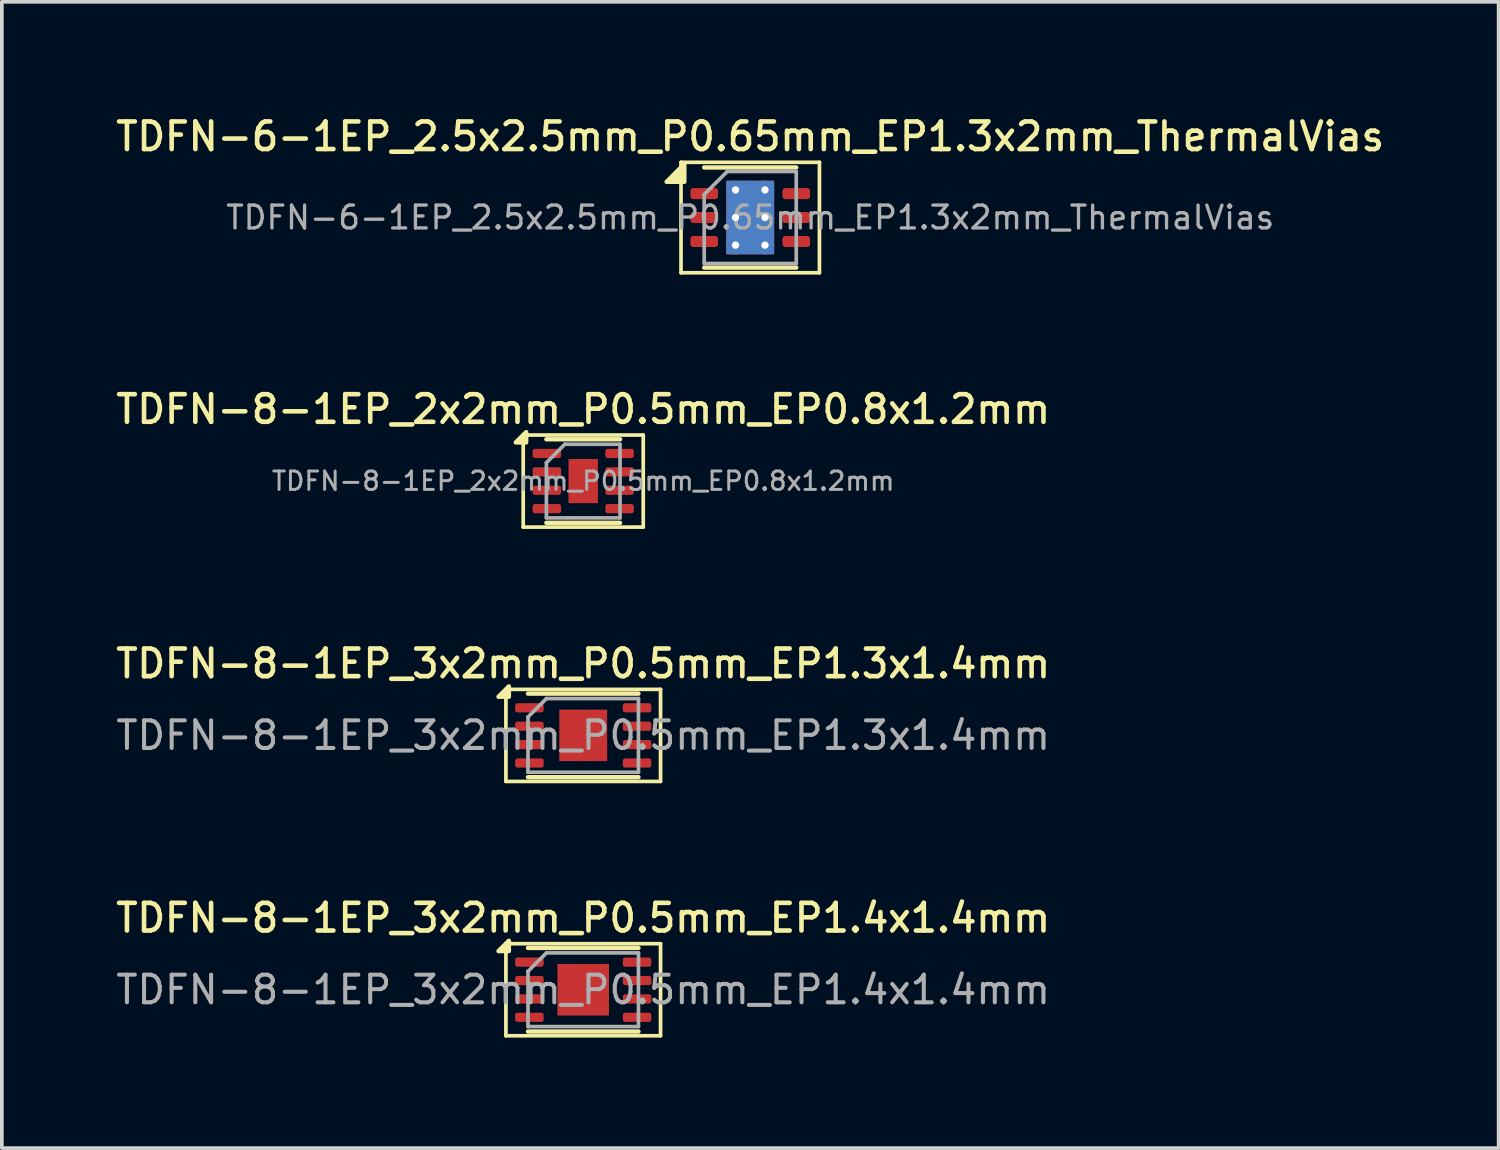
<source format=kicad_pcb>
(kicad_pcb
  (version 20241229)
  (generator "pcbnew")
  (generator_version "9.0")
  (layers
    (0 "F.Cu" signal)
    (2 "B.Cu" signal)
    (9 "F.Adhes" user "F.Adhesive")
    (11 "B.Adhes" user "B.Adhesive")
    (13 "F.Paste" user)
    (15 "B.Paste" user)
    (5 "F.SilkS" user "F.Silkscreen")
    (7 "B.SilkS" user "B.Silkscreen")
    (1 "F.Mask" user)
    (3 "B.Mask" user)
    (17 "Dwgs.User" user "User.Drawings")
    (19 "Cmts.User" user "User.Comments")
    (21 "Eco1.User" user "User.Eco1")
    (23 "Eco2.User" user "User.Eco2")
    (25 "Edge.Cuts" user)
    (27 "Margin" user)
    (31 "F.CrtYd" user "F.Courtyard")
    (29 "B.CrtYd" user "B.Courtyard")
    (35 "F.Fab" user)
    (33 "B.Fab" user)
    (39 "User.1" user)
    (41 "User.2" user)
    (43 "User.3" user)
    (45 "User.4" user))
  (footprint "TDFN-8-1EP_2x2mm_P0.5mm_EP0.8x1.2mm"
    (layer "F.Cu")
    (at 12.791 10.016)
    (property "Reference" "TDFN-8-1EP_2x2mm_P0.5mm_EP0.8x1.2mm" (at 0 -1.95 0) (layer "F.SilkS") (effects (font (size 0.75 0.75) (thickness 0.125))))
    (attr smd)
    (fp_line (start -1.63 -1.25) (end -1.63 1.25) (stroke (width 0.1) (type solid)) (layer "F.SilkS"))
    (fp_line (start -1.63 1.25) (end 1.63 1.25) (stroke (width 0.1) (type solid)) (layer "F.SilkS"))
    (fp_line (start -1 -1.135) (end 1 -1.135) (stroke (width 0.12) (type solid)) (layer "F.SilkS"))
    (fp_line (start -1 1.135) (end 1 1.135) (stroke (width 0.12) (type solid)) (layer "F.SilkS"))
    (fp_line (start 1.63 -1.25) (end -1.63 -1.25) (stroke (width 0.1) (type solid)) (layer "F.SilkS"))
    (fp_line (start 1.63 1.25) (end 1.63 -1.25) (stroke (width 0.1) (type solid)) (layer "F.SilkS"))
    (fp_poly (pts (xy -1.55 -1.05) (xy -1.83 -1.05) (xy -1.55 -1.33) (xy -1.55 -1.05)) (stroke (width 0.12) (type solid)) (fill yes) (layer "F.SilkS"))
    (fp_line (start -1 -0.5) (end -0.5 -1) (stroke (width 0.1) (type solid)) (layer "F.Fab"))
    (fp_line (start -1 1) (end -1 -0.5) (stroke (width 0.1) (type solid)) (layer "F.Fab"))
    (fp_line (start -0.5 -1) (end 1 -1) (stroke (width 0.1) (type solid)) (layer "F.Fab"))
    (fp_line (start 1 -1) (end 1 1) (stroke (width 0.1) (type solid)) (layer "F.Fab"))
    (fp_line (start 1 1) (end -1 1) (stroke (width 0.1) (type solid)) (layer "F.Fab"))
    (fp_text user "${REFERENCE}" (at 0 0 0) (layer "F.Fab") (effects (font (size 0.5 0.5) (thickness 0.08))))
    (pad "" smd roundrect (at -0.2 -0.3) (size 0.32 0.48) (layers "F.Paste") (roundrect_rratio 0.25))
    (pad "" smd roundrect (at -0.2 0.3) (size 0.32 0.48) (layers "F.Paste") (roundrect_rratio 0.25))
    (pad "" smd roundrect (at 0.2 -0.3) (size 0.32 0.48) (layers "F.Paste") (roundrect_rratio 0.25))
    (pad "" smd roundrect (at 0.2 0.3) (size 0.32 0.48) (layers "F.Paste") (roundrect_rratio 0.25))
    (pad "1" smd roundrect (at -0.988 -0.75) (size 0.775 0.25) (layers "F.Cu" "F.Mask" "F.Paste") (roundrect_rratio 0.25))
    (pad "2" smd roundrect (at -0.988 -0.25) (size 0.775 0.25) (layers "F.Cu" "F.Mask" "F.Paste") (roundrect_rratio 0.25))
    (pad "3" smd roundrect (at -0.988 0.25) (size 0.775 0.25) (layers "F.Cu" "F.Mask" "F.Paste") (roundrect_rratio 0.25))
    (pad "4" smd roundrect (at -0.988 0.75) (size 0.775 0.25) (layers "F.Cu" "F.Mask" "F.Paste") (roundrect_rratio 0.25))
    (pad "5" smd roundrect (at 0.988 0.75) (size 0.775 0.25) (layers "F.Cu" "F.Mask" "F.Paste") (roundrect_rratio 0.25))
    (pad "6" smd roundrect (at 0.988 0.25) (size 0.775 0.25) (layers "F.Cu" "F.Mask" "F.Paste") (roundrect_rratio 0.25))
    (pad "7" smd roundrect (at 0.988 -0.25) (size 0.775 0.25) (layers "F.Cu" "F.Mask" "F.Paste") (roundrect_rratio 0.25))
    (pad "8" smd roundrect (at 0.988 -0.75) (size 0.775 0.25) (layers "F.Cu" "F.Mask" "F.Paste") (roundrect_rratio 0.25))
    (pad "9" smd rect (at 0 0) (size 0.8 1.2) (property pad_prop_heatsink) (layers "F.Cu" "F.Mask")))
  (footprint "TDFN-8-1EP_3x2mm_P0.5mm_EP1.3x1.4mm"
    (layer "F.Cu")
    (at 12.791 16.924)
    (property "Reference" "TDFN-8-1EP_3x2mm_P0.5mm_EP1.3x1.4mm" (at 0 -1.95 0) (layer "F.SilkS") (effects (font (size 0.75 0.75) (thickness 0.125))))
    (attr smd)
    (fp_line (start -2.1 -1.25) (end -2.1 1.25) (stroke (width 0.1) (type solid)) (layer "F.SilkS"))
    (fp_line (start -2.1 1.25) (end 2.1 1.25) (stroke (width 0.1) (type solid)) (layer "F.SilkS"))
    (fp_line (start -1.5 -1.135) (end 1.5 -1.135) (stroke (width 0.12) (type solid)) (layer "F.SilkS"))
    (fp_line (start -1.5 1.135) (end 1.5 1.135) (stroke (width 0.12) (type solid)) (layer "F.SilkS"))
    (fp_line (start 2.1 -1.25) (end -2.1 -1.25) (stroke (width 0.1) (type solid)) (layer "F.SilkS"))
    (fp_line (start 2.1 1.25) (end 2.1 -1.25) (stroke (width 0.1) (type solid)) (layer "F.SilkS"))
    (fp_poly (pts (xy -2.02 -1.05) (xy -2.3 -1.05) (xy -2.02 -1.33) (xy -2.02 -1.05)) (stroke (width 0.12) (type solid)) (fill yes) (layer "F.SilkS"))
    (fp_line (start -1.5 -0.5) (end -1 -1) (stroke (width 0.1) (type solid)) (layer "F.Fab"))
    (fp_line (start -1.5 1) (end -1.5 -0.5) (stroke (width 0.1) (type solid)) (layer "F.Fab"))
    (fp_line (start -1 -1) (end 1.5 -1) (stroke (width 0.1) (type solid)) (layer "F.Fab"))
    (fp_line (start 1.5 -1) (end 1.5 1) (stroke (width 0.1) (type solid)) (layer "F.Fab"))
    (fp_line (start 1.5 1) (end -1.5 1) (stroke (width 0.1) (type solid)) (layer "F.Fab"))
    (fp_text user "${REFERENCE}" (at 0 0 0) (layer "F.Fab") (effects (font (size 0.75 0.75) (thickness 0.11))))
    (pad "" smd roundrect (at -0.325 -0.35) (size 0.52 0.56) (layers "F.Paste") (roundrect_rratio 0.25))
    (pad "" smd roundrect (at -0.325 0.35) (size 0.52 0.56) (layers "F.Paste") (roundrect_rratio 0.25))
    (pad "" smd roundrect (at 0.325 -0.35) (size 0.52 0.56) (layers "F.Paste") (roundrect_rratio 0.25))
    (pad "" smd roundrect (at 0.325 0.35) (size 0.52 0.56) (layers "F.Paste") (roundrect_rratio 0.25))
    (pad "1" smd roundrect (at -1.462 -0.75) (size 0.775 0.25) (layers "F.Cu" "F.Mask" "F.Paste") (roundrect_rratio 0.25))
    (pad "2" smd roundrect (at -1.462 -0.25) (size 0.775 0.25) (layers "F.Cu" "F.Mask" "F.Paste") (roundrect_rratio 0.25))
    (pad "3" smd roundrect (at -1.462 0.25) (size 0.775 0.25) (layers "F.Cu" "F.Mask" "F.Paste") (roundrect_rratio 0.25))
    (pad "4" smd roundrect (at -1.462 0.75) (size 0.775 0.25) (layers "F.Cu" "F.Mask" "F.Paste") (roundrect_rratio 0.25))
    (pad "5" smd roundrect (at 1.462 0.75) (size 0.775 0.25) (layers "F.Cu" "F.Mask" "F.Paste") (roundrect_rratio 0.25))
    (pad "6" smd roundrect (at 1.462 0.25) (size 0.775 0.25) (layers "F.Cu" "F.Mask" "F.Paste") (roundrect_rratio 0.25))
    (pad "7" smd roundrect (at 1.462 -0.25) (size 0.775 0.25) (layers "F.Cu" "F.Mask" "F.Paste") (roundrect_rratio 0.25))
    (pad "8" smd roundrect (at 1.462 -0.75) (size 0.775 0.25) (layers "F.Cu" "F.Mask" "F.Paste") (roundrect_rratio 0.25))
    (pad "9" smd rect (at 0 0) (size 1.3 1.4) (property pad_prop_heatsink) (layers "F.Cu" "F.Mask")))
  (footprint "TDFN-8-1EP_3x2mm_P0.5mm_EP1.4x1.4mm"
    (layer "F.Cu")
    (at 12.791 23.832)
    (property "Reference" "TDFN-8-1EP_3x2mm_P0.5mm_EP1.4x1.4mm" (at 0 -1.95 0) (layer "F.SilkS") (effects (font (size 0.75 0.75) (thickness 0.125))))
    (attr smd)
    (fp_line (start -2.1 -1.25) (end -2.1 1.25) (stroke (width 0.1) (type solid)) (layer "F.SilkS"))
    (fp_line (start -2.1 1.25) (end 2.1 1.25) (stroke (width 0.1) (type solid)) (layer "F.SilkS"))
    (fp_line (start -1.5 -1.135) (end 1.5 -1.135) (stroke (width 0.12) (type solid)) (layer "F.SilkS"))
    (fp_line (start -1.5 1.135) (end 1.5 1.135) (stroke (width 0.12) (type solid)) (layer "F.SilkS"))
    (fp_line (start 2.1 -1.25) (end -2.1 -1.25) (stroke (width 0.1) (type solid)) (layer "F.SilkS"))
    (fp_line (start 2.1 1.25) (end 2.1 -1.25) (stroke (width 0.1) (type solid)) (layer "F.SilkS"))
    (fp_poly (pts (xy -2.02 -1.05) (xy -2.3 -1.05) (xy -2.02 -1.33) (xy -2.02 -1.05)) (stroke (width 0.12) (type solid)) (fill yes) (layer "F.SilkS"))
    (fp_line (start -1.5 -0.5) (end -1 -1) (stroke (width 0.1) (type solid)) (layer "F.Fab"))
    (fp_line (start -1.5 1) (end -1.5 -0.5) (stroke (width 0.1) (type solid)) (layer "F.Fab"))
    (fp_line (start -1 -1) (end 1.5 -1) (stroke (width 0.1) (type solid)) (layer "F.Fab"))
    (fp_line (start 1.5 -1) (end 1.5 1) (stroke (width 0.1) (type solid)) (layer "F.Fab"))
    (fp_line (start 1.5 1) (end -1.5 1) (stroke (width 0.1) (type solid)) (layer "F.Fab"))
    (fp_text user "${REFERENCE}" (at 0 0 0) (layer "F.Fab") (effects (font (size 0.75 0.75) (thickness 0.11))))
    (pad "" smd roundrect (at -0.35 -0.35) (size 0.56 0.56) (layers "F.Paste") (roundrect_rratio 0.25))
    (pad "" smd roundrect (at -0.35 0.35) (size 0.56 0.56) (layers "F.Paste") (roundrect_rratio 0.25))
    (pad "" smd roundrect (at 0.35 -0.35) (size 0.56 0.56) (layers "F.Paste") (roundrect_rratio 0.25))
    (pad "" smd roundrect (at 0.35 0.35) (size 0.56 0.56) (layers "F.Paste") (roundrect_rratio 0.25))
    (pad "1" smd roundrect (at -1.462 -0.75) (size 0.775 0.25) (layers "F.Cu" "F.Mask" "F.Paste") (roundrect_rratio 0.25))
    (pad "2" smd roundrect (at -1.462 -0.25) (size 0.775 0.25) (layers "F.Cu" "F.Mask" "F.Paste") (roundrect_rratio 0.25))
    (pad "3" smd roundrect (at -1.462 0.25) (size 0.775 0.25) (layers "F.Cu" "F.Mask" "F.Paste") (roundrect_rratio 0.25))
    (pad "4" smd roundrect (at -1.462 0.75) (size 0.775 0.25) (layers "F.Cu" "F.Mask" "F.Paste") (roundrect_rratio 0.25))
    (pad "5" smd roundrect (at 1.462 0.75) (size 0.775 0.25) (layers "F.Cu" "F.Mask" "F.Paste") (roundrect_rratio 0.25))
    (pad "6" smd roundrect (at 1.462 0.25) (size 0.775 0.25) (layers "F.Cu" "F.Mask" "F.Paste") (roundrect_rratio 0.25))
    (pad "7" smd roundrect (at 1.462 -0.25) (size 0.775 0.25) (layers "F.Cu" "F.Mask" "F.Paste") (roundrect_rratio 0.25))
    (pad "8" smd roundrect (at 1.462 -0.75) (size 0.775 0.25) (layers "F.Cu" "F.Mask" "F.Paste") (roundrect_rratio 0.25))
    (pad "9" smd rect (at 0 0) (size 1.4 1.4) (property pad_prop_heatsink) (layers "F.Cu" "F.Mask")))
  (footprint "TDFN-6-1EP_2.5x2.5mm_P0.65mm_EP1.3x2mm_ThermalVias"
    (layer "F.Cu")
    (at 17.327 2.858)
    (property "Reference" "TDFN-6-1EP_2.5x2.5mm_P0.65mm_EP1.3x2mm_ThermalVias" (at 0 -2.2 0) (layer "F.SilkS") (effects (font (size 0.75 0.75) (thickness 0.125))))
    (attr smd)
    (fp_line (start -1.88 -1.5) (end -1.88 1.5) (stroke (width 0.1) (type solid)) (layer "F.SilkS"))
    (fp_line (start -1.88 1.5) (end 1.88 1.5) (stroke (width 0.1) (type solid)) (layer "F.SilkS"))
    (fp_line (start -1.25 -1.36) (end 1.25 -1.36) (stroke (width 0.12) (type solid)) (layer "F.SilkS"))
    (fp_line (start -1.25 1.36) (end 1.25 1.36) (stroke (width 0.12) (type solid)) (layer "F.SilkS"))
    (fp_line (start 1.88 -1.5) (end -1.88 -1.5) (stroke (width 0.1) (type solid)) (layer "F.SilkS"))
    (fp_line (start 1.88 1.5) (end 1.88 -1.5) (stroke (width 0.1) (type solid)) (layer "F.SilkS"))
    (fp_poly (pts (xy -1.79 -0.97) (xy -2.27 -0.97) (xy -1.79 -1.45) (xy -1.79 -0.97)) (stroke (width 0.12) (type solid)) (fill yes) (layer "F.SilkS"))
    (fp_line (start -1.25 -0.625) (end -0.625 -1.25) (stroke (width 0.1) (type solid)) (layer "F.Fab"))
    (fp_line (start -1.25 1.25) (end -1.25 -0.625) (stroke (width 0.1) (type solid)) (layer "F.Fab"))
    (fp_line (start -0.625 -1.25) (end 1.25 -1.25) (stroke (width 0.1) (type solid)) (layer "F.Fab"))
    (fp_line (start 1.25 -1.25) (end 1.25 1.25) (stroke (width 0.1) (type solid)) (layer "F.Fab"))
    (fp_line (start 1.25 1.25) (end -1.25 1.25) (stroke (width 0.1) (type solid)) (layer "F.Fab"))
    (fp_text user "${REFERENCE}" (at 0 0 0) (layer "F.Fab") (effects (font (size 0.62 0.62) (thickness 0.09))))
    (pad "" smd roundrect (at -0.325 -0.5) (size 0.52 0.81) (layers "F.Paste") (roundrect_rratio 0.25))
    (pad "" smd roundrect (at -0.325 0.5) (size 0.52 0.81) (layers "F.Paste") (roundrect_rratio 0.25))
    (pad "" smd roundrect (at 0.325 -0.5) (size 0.52 0.81) (layers "F.Paste") (roundrect_rratio 0.25))
    (pad "" smd roundrect (at 0.325 0.5) (size 0.52 0.81) (layers "F.Paste") (roundrect_rratio 0.25))
    (pad "1" smd roundrect (at -1.25 -0.65) (size 0.75 0.3) (layers "F.Cu" "F.Mask" "F.Paste") (roundrect_rratio 0.25))
    (pad "2" smd roundrect (at -1.25 0) (size 0.75 0.3) (layers "F.Cu" "F.Mask" "F.Paste") (roundrect_rratio 0.25))
    (pad "3" smd roundrect (at -1.25 0.65) (size 0.75 0.3) (layers "F.Cu" "F.Mask" "F.Paste") (roundrect_rratio 0.25))
    (pad "4" smd roundrect (at 1.25 0.65) (size 0.75 0.3) (layers "F.Cu" "F.Mask" "F.Paste") (roundrect_rratio 0.25))
    (pad "5" smd roundrect (at 1.25 0) (size 0.75 0.3) (layers "F.Cu" "F.Mask" "F.Paste") (roundrect_rratio 0.25))
    (pad "6" smd roundrect (at 1.25 -0.65) (size 0.75 0.3) (layers "F.Cu" "F.Mask" "F.Paste") (roundrect_rratio 0.25))
    (pad "7" thru_hole circle (at -0.4 -0.75) (size 0.5 0.5) (drill 0.2) (property pad_prop_heatsink) (layers "*.Cu"))
    (pad "7" thru_hole circle (at -0.4 0) (size 0.5 0.5) (drill 0.2) (property pad_prop_heatsink) (layers "*.Cu"))
    (pad "7" thru_hole circle (at -0.4 0.75) (size 0.5 0.5) (drill 0.2) (property pad_prop_heatsink) (layers "*.Cu"))
    (pad "7" smd rect (at 0 0) (size 1.3 2) (property pad_prop_heatsink) (layers "F.Cu" "F.Mask"))
    (pad "7" smd rect (at 0 0) (size 1.3 2) (property pad_prop_heatsink) (layers "B.Cu"))
    (pad "7" thru_hole circle (at 0.4 -0.75) (size 0.5 0.5) (drill 0.2) (property pad_prop_heatsink) (layers "*.Cu"))
    (pad "7" thru_hole circle (at 0.4 0) (size 0.5 0.5) (drill 0.2) (property pad_prop_heatsink) (layers "*.Cu"))
    (pad "7" thru_hole circle (at 0.4 0.75) (size 0.5 0.5) (drill 0.2) (property pad_prop_heatsink) (layers "*.Cu")))
  (gr_rect
    (start -3 -3)
    (end 37.654 28.133)
    (stroke (width 0.1) (type default))
    (fill no)
    (layer "Edge.Cuts")))
</source>
